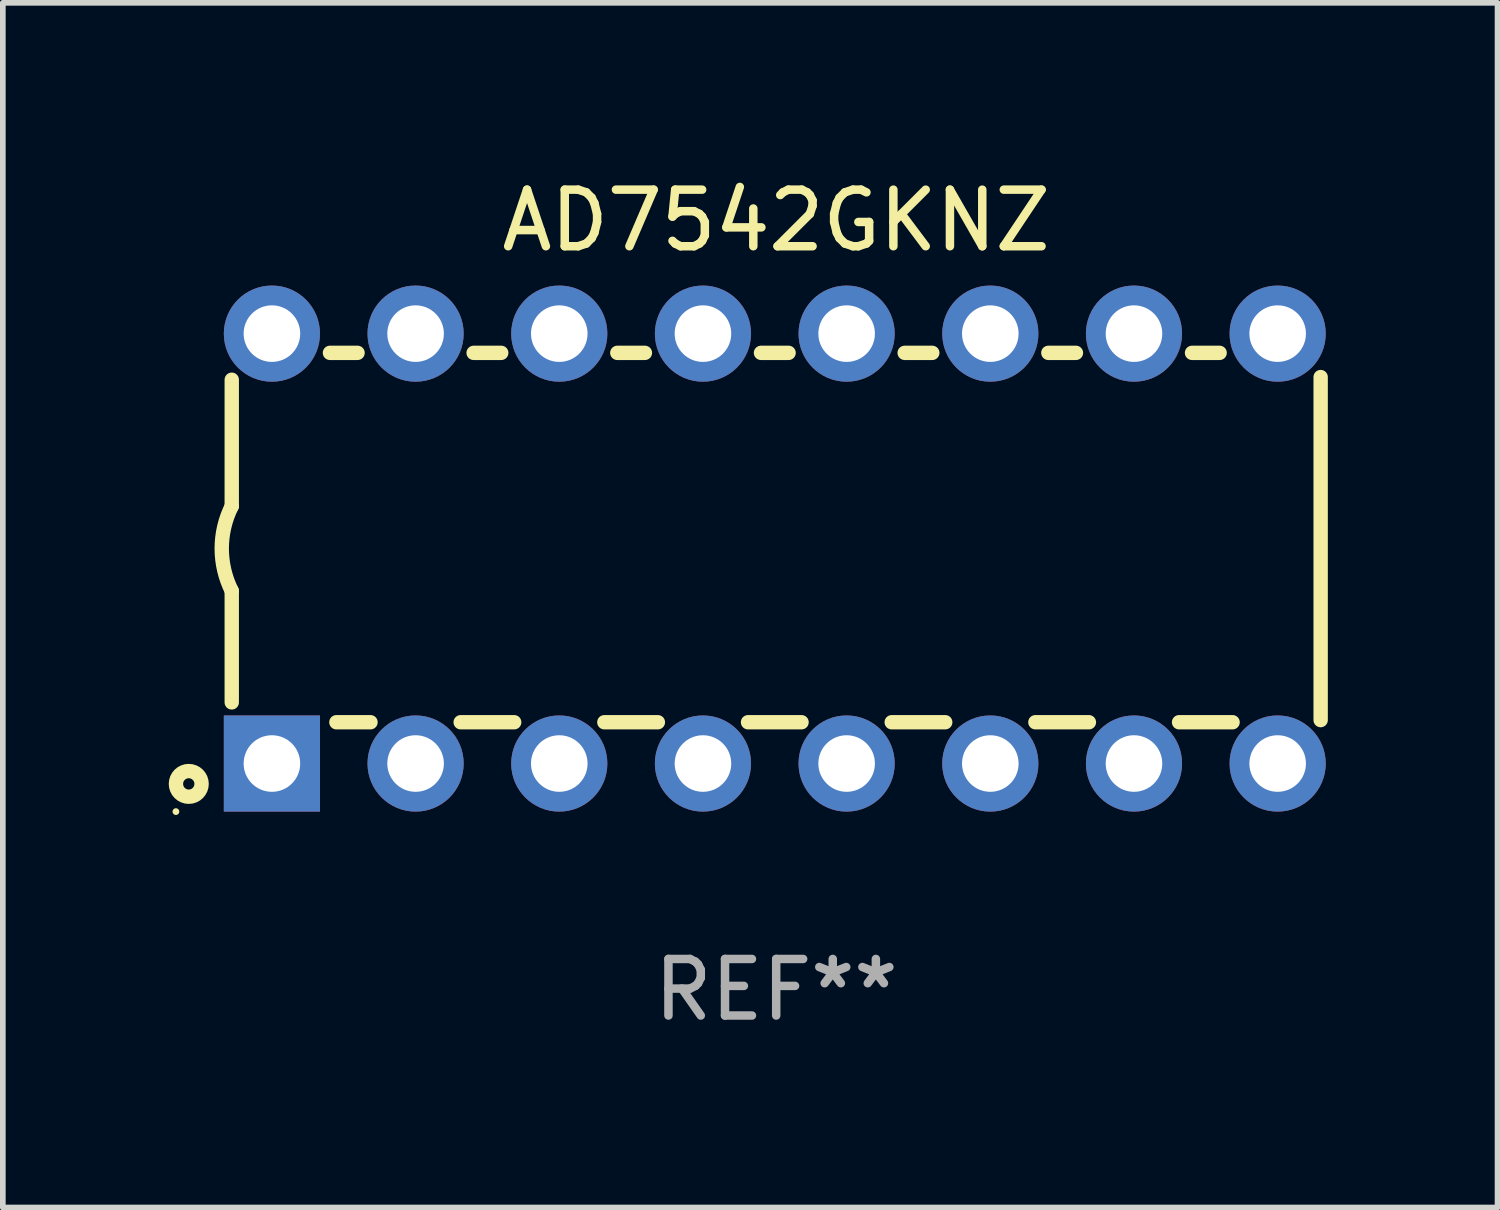
<source format=kicad_pcb>
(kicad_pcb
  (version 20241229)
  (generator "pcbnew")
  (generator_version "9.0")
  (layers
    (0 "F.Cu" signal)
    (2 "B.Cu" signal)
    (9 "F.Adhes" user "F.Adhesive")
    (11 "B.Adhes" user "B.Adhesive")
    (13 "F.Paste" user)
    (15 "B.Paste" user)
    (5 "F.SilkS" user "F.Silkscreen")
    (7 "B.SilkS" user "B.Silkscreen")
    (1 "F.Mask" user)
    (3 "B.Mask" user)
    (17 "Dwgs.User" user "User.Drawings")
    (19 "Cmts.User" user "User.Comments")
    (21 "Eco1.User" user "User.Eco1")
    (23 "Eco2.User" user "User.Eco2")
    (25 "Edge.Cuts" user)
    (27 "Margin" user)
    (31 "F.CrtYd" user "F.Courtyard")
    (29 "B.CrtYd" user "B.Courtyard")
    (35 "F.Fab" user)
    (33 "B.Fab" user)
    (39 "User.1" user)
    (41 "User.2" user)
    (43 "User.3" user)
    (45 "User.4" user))
  (footprint "AD7542GKNZ"
    (layer "F.Cu")
    (at 10.672 6.648)
    (property "Reference" "AD7542GKNZ" (at 0 -5.8 0) (layer "F.SilkS") (effects (font (size 1 1) (thickness 0.15))))
    (attr through_hole)
    (fp_line (start -9.625 -0.75) (end -9.625 -2.985) (stroke (width 0.254) (type solid)) (layer "F.SilkS"))
    (fp_line (start -9.625 0.749) (end -9.625 2.719) (stroke (width 0.254) (type solid)) (layer "F.SilkS"))
    (fp_line (start -7.889 -3.46) (end -7.401 -3.46) (stroke (width 0.254) (type solid)) (layer "F.SilkS"))
    (fp_line (start -7.775 3.07) (end -7.172 3.07) (stroke (width 0.254) (type solid)) (layer "F.SilkS"))
    (fp_line (start -5.578 3.07) (end -4.632 3.07) (stroke (width 0.254) (type solid)) (layer "F.SilkS"))
    (fp_line (start -5.349 -3.46) (end -4.861 -3.46) (stroke (width 0.254) (type solid)) (layer "F.SilkS"))
    (fp_line (start -3.038 3.07) (end -2.092 3.07) (stroke (width 0.254) (type solid)) (layer "F.SilkS"))
    (fp_line (start -2.809 -3.46) (end -2.321 -3.46) (stroke (width 0.254) (type solid)) (layer "F.SilkS"))
    (fp_line (start -0.498 3.07) (end 0.448 3.07) (stroke (width 0.254) (type solid)) (layer "F.SilkS"))
    (fp_line (start -0.269 -3.46) (end 0.219 -3.46) (stroke (width 0.254) (type solid)) (layer "F.SilkS"))
    (fp_line (start 2.042 3.07) (end 2.988 3.07) (stroke (width 0.254) (type solid)) (layer "F.SilkS"))
    (fp_line (start 2.271 -3.46) (end 2.759 -3.46) (stroke (width 0.254) (type solid)) (layer "F.SilkS"))
    (fp_line (start 4.582 3.07) (end 5.528 3.07) (stroke (width 0.254) (type solid)) (layer "F.SilkS"))
    (fp_line (start 4.811 -3.46) (end 5.299 -3.46) (stroke (width 0.254) (type solid)) (layer "F.SilkS"))
    (fp_line (start 7.122 3.07) (end 8.068 3.07) (stroke (width 0.254) (type solid)) (layer "F.SilkS"))
    (fp_line (start 7.351 -3.46) (end 7.839 -3.46) (stroke (width 0.254) (type solid)) (layer "F.SilkS"))
    (fp_line (start 9.625 3.032) (end 9.625 -3.032) (stroke (width 0.254) (type solid)) (layer "F.SilkS"))
    (fp_arc (start -9.62498 0.748819) (mid -9.801899 -0.000581) (end -9.625006 -0.749987) (stroke (width 0.254001) (type solid)) (layer "F.SilkS"))
    (fp_circle (center -10.612 4.65) (end -10.582 4.65) (stroke (width 0.06) (type solid)) (fill no) (layer "F.SilkS"))
    (fp_circle (center -10.385 4.16) (end -10.285 4.16) (stroke (width 0.254) (type solid)) (fill no) (layer "F.SilkS"))
    (fp_text user "REF**" (at 0 7.8 0) (layer "F.Fab") (effects (font (size 1 1) (thickness 0.15))))
    (pad "1" thru_hole rect (at -8.915 3.8 90) (size 1.7 1.7) (drill 1) (layers "*.Cu" "*.Mask"))
    (pad "2" thru_hole circle (at -6.375 3.8) (size 1.7 1.7) (drill 1) (layers "*.Cu" "*.Mask"))
    (pad "3" thru_hole circle (at -3.835 3.8) (size 1.7 1.7) (drill 1) (layers "*.Cu" "*.Mask"))
    (pad "4" thru_hole circle (at -1.295 3.8) (size 1.7 1.7) (drill 1) (layers "*.Cu" "*.Mask"))
    (pad "5" thru_hole circle (at 1.245 3.8) (size 1.7 1.7) (drill 1) (layers "*.Cu" "*.Mask"))
    (pad "6" thru_hole circle (at 3.785 3.8) (size 1.7 1.7) (drill 1) (layers "*.Cu" "*.Mask"))
    (pad "7" thru_hole circle (at 6.325 3.8) (size 1.7 1.7) (drill 1) (layers "*.Cu" "*.Mask"))
    (pad "8" thru_hole circle (at 8.865 3.8) (size 1.7 1.7) (drill 1) (layers "*.Cu" "*.Mask"))
    (pad "9" thru_hole circle (at 8.865 -3.8) (size 1.7 1.7) (drill 1) (layers "*.Cu" "*.Mask"))
    (pad "10" thru_hole circle (at 6.325 -3.8) (size 1.7 1.7) (drill 1) (layers "*.Cu" "*.Mask"))
    (pad "11" thru_hole circle (at 3.785 -3.8) (size 1.7 1.7) (drill 1) (layers "*.Cu" "*.Mask"))
    (pad "12" thru_hole circle (at 1.245 -3.8) (size 1.7 1.7) (drill 1) (layers "*.Cu" "*.Mask"))
    (pad "13" thru_hole circle (at -1.295 -3.8) (size 1.7 1.7) (drill 1) (layers "*.Cu" "*.Mask"))
    (pad "14" thru_hole circle (at -3.835 -3.8) (size 1.7 1.7) (drill 1) (layers "*.Cu" "*.Mask"))
    (pad "15" thru_hole circle (at -6.375 -3.8) (size 1.7 1.7) (drill 1) (layers "*.Cu" "*.Mask"))
    (pad "16" thru_hole circle (at -8.915 -3.8) (size 1.7 1.7) (drill 1) (layers "*.Cu" "*.Mask")))
  (gr_rect
    (start -3 -3)
    (end 23.424 18.297)
    (stroke (width 0.1) (type default))
    (fill no)
    (layer "Edge.Cuts")))
</source>
